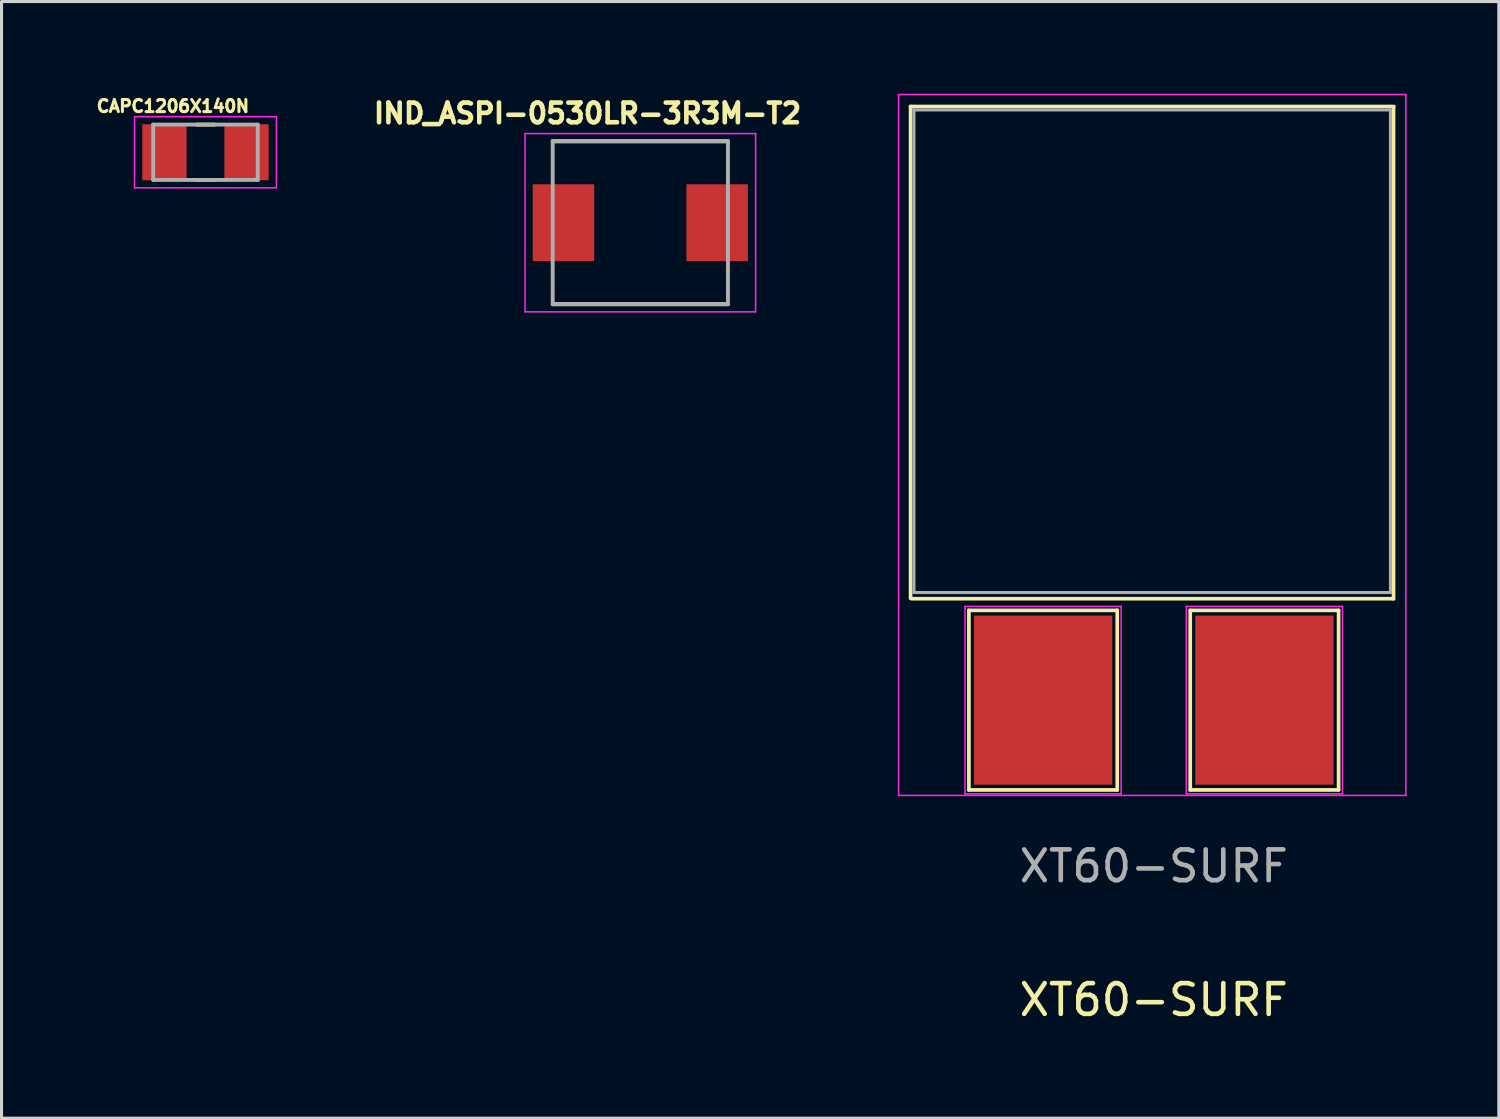
<source format=kicad_pcb>
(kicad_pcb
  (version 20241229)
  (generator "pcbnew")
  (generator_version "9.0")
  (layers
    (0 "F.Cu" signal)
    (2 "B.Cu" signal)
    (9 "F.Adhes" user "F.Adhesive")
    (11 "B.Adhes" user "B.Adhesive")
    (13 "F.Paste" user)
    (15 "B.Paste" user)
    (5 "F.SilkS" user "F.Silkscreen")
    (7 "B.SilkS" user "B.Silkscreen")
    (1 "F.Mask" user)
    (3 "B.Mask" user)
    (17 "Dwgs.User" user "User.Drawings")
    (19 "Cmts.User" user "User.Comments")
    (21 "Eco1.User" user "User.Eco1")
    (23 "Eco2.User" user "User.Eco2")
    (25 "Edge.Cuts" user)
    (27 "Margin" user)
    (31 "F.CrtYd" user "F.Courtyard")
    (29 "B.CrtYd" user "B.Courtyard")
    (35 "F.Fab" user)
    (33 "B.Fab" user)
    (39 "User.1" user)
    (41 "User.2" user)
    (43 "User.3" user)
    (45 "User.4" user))
  (footprint "CAPC1206X140N"
    (layer "F.Cu")
    (at 3.634 1.903)
    (property "Reference" "CAPC1206X140N" (at -1.06 -1.5 0) (layer "F.SilkS") (effects (font (size 0.394 0.394) (thickness 0.15))))
    (attr smd)
    (fp_line (start -0.29 -0.9) (end 0.29 -0.9) (stroke (width 0.127) (type solid)) (layer "F.SilkS"))
    (fp_line (start -0.29 0.9) (end 0.29 0.9) (stroke (width 0.127) (type solid)) (layer "F.SilkS"))
    (fp_line (start -2.308 -1.158) (end 2.308 -1.158) (stroke (width 0.05) (type solid)) (layer "F.CrtYd"))
    (fp_line (start -2.308 1.158) (end -2.308 -1.158) (stroke (width 0.05) (type solid)) (layer "F.CrtYd"))
    (fp_line (start -2.308 1.158) (end 2.308 1.158) (stroke (width 0.05) (type solid)) (layer "F.CrtYd"))
    (fp_line (start 2.308 1.158) (end 2.308 -1.158) (stroke (width 0.05) (type solid)) (layer "F.CrtYd"))
    (fp_line (start -1.7 0.9) (end -1.7 -0.9) (stroke (width 0.127) (type solid)) (layer "F.Fab"))
    (fp_line (start 1.7 -0.9) (end -1.7 -0.9) (stroke (width 0.127) (type solid)) (layer "F.Fab"))
    (fp_line (start 1.7 0.9) (end -1.7 0.9) (stroke (width 0.127) (type solid)) (layer "F.Fab"))
    (fp_line (start 1.7 0.9) (end 1.7 -0.9) (stroke (width 0.127) (type solid)) (layer "F.Fab"))
    (pad "1" smd rect (at -1.336 0) (size 1.44 1.82) (layers "F.Cu" "F.Mask" "F.Paste"))
    (pad "2" smd rect (at 1.336 0) (size 1.44 1.82) (layers "F.Cu" "F.Mask" "F.Paste")))
  (footprint "XT60-SURF"
    (layer "F.Cu")
    (at 34.48 19.725)
    (property "Reference" "XT60-SURF" (at 0 9.75 0) (layer "F.SilkS") (effects (font (size 1 1) (thickness 0.15))))
    (fp_line (start -7.91 -19.31) (end -7.91 -3.31) (stroke (width 0.12) (type solid)) (layer "F.SilkS"))
    (fp_line (start -7.91 -19.31) (end 7.81 -19.31) (stroke (width 0.12) (type solid)) (layer "F.SilkS"))
    (fp_line (start -7.87 -3.3) (end 7.8 -3.3) (stroke (width 0.12) (type solid)) (layer "F.SilkS"))
    (fp_line (start -6.013 -2.921) (end -1.187 -2.921) (stroke (width 0.12) (type solid)) (layer "F.SilkS"))
    (fp_line (start -6.013 2.921) (end -6.013 -2.921) (stroke (width 0.12) (type solid)) (layer "F.SilkS"))
    (fp_line (start -1.187 -2.921) (end -1.187 2.921) (stroke (width 0.12) (type solid)) (layer "F.SilkS"))
    (fp_line (start -1.187 2.921) (end -6.013 2.921) (stroke (width 0.12) (type solid)) (layer "F.SilkS"))
    (fp_line (start 1.187 -2.921) (end 6.013 -2.921) (stroke (width 0.12) (type solid)) (layer "F.SilkS"))
    (fp_line (start 1.187 2.921) (end 1.187 -2.921) (stroke (width 0.12) (type solid)) (layer "F.SilkS"))
    (fp_line (start 6.013 -2.921) (end 6.013 2.921) (stroke (width 0.12) (type solid)) (layer "F.SilkS"))
    (fp_line (start 6.013 2.921) (end 1.187 2.921) (stroke (width 0.12) (type solid)) (layer "F.SilkS"))
    (fp_line (start 7.8 -19.3) (end 7.8 -3.3) (stroke (width 0.12) (type solid)) (layer "F.SilkS"))
    (fp_line (start -8.3 -19.7) (end -8.3 3.1) (stroke (width 0.05) (type solid)) (layer "F.CrtYd"))
    (fp_line (start -8.3 -19.7) (end 8.2 -19.7) (stroke (width 0.05) (type solid)) (layer "F.CrtYd"))
    (fp_line (start -6.14 -3.048) (end -6.14 3.048) (stroke (width 0.05) (type solid)) (layer "F.CrtYd"))
    (fp_line (start -6.14 -3.048) (end -1.06 -3.048) (stroke (width 0.05) (type solid)) (layer "F.CrtYd"))
    (fp_line (start -1.06 3.048) (end -6.14 3.048) (stroke (width 0.05) (type solid)) (layer "F.CrtYd"))
    (fp_line (start -1.06 3.048) (end -1.06 -3.048) (stroke (width 0.05) (type solid)) (layer "F.CrtYd"))
    (fp_line (start 1.06 -3.048) (end 1.06 3.048) (stroke (width 0.05) (type solid)) (layer "F.CrtYd"))
    (fp_line (start 1.06 -3.048) (end 6.14 -3.048) (stroke (width 0.05) (type solid)) (layer "F.CrtYd"))
    (fp_line (start 6.14 3.048) (end 1.06 3.048) (stroke (width 0.05) (type solid)) (layer "F.CrtYd"))
    (fp_line (start 6.14 3.048) (end 6.14 -3.048) (stroke (width 0.05) (type solid)) (layer "F.CrtYd"))
    (fp_line (start 8.2 -19.7) (end 8.2 3.1) (stroke (width 0.05) (type solid)) (layer "F.CrtYd"))
    (fp_line (start 8.2 3.1) (end -8.3 3.1) (stroke (width 0.05) (type solid)) (layer "F.CrtYd"))
    (fp_line (start -7.8 -19.2) (end -7.8 -3.5) (stroke (width 0.1) (type solid)) (layer "F.Fab"))
    (fp_line (start -7.8 -19.2) (end 7.7 -19.2) (stroke (width 0.1) (type solid)) (layer "F.Fab"))
    (fp_line (start -7.8 -3.5) (end 7.7 -3.5) (stroke (width 0.1) (type solid)) (layer "F.Fab"))
    (fp_line (start 7.7 -19.2) (end 7.7 -3.5) (stroke (width 0.1) (type solid)) (layer "F.Fab"))
    (fp_text user "${REFERENCE}" (at 0 5.4 0) (layer "F.Fab") (effects (font (size 1 1) (thickness 0.15))))
    (pad "1" smd rect (at -3.6 0) (size 4.5 5.5) (layers "F.Cu" "F.Mask"))
    (pad "2" smd rect (at 3.6 0) (size 4.5 5.5) (layers "F.Cu" "F.Mask")))
  (footprint "IND_ASPI-0530LR-3R3M-T2"
    (layer "F.Cu")
    (at 17.779 4.194)
    (property "Reference" "IND_ASPI-0530LR-3R3M-T2" (at -1.718 -3.556 0) (layer "F.SilkS") (effects (font (size 0.64 0.64) (thickness 0.15))))
    (attr smd)
    (fp_line (start -2.85 -2.65) (end 2.85 -2.65) (stroke (width 0.127) (type solid)) (layer "F.SilkS"))
    (fp_line (start -2.85 2.65) (end 2.85 2.65) (stroke (width 0.127) (type solid)) (layer "F.SilkS"))
    (fp_line (start -3.75 -2.9) (end -3.75 2.9) (stroke (width 0.05) (type solid)) (layer "F.CrtYd"))
    (fp_line (start -3.75 2.9) (end 3.75 2.9) (stroke (width 0.05) (type solid)) (layer "F.CrtYd"))
    (fp_line (start 3.75 -2.9) (end -3.75 -2.9) (stroke (width 0.05) (type solid)) (layer "F.CrtYd"))
    (fp_line (start 3.75 2.9) (end 3.75 -2.9) (stroke (width 0.05) (type solid)) (layer "F.CrtYd"))
    (fp_line (start -2.85 -2.65) (end -2.85 2.65) (stroke (width 0.127) (type solid)) (layer "F.Fab"))
    (fp_line (start -2.85 -2.65) (end 2.85 -2.65) (stroke (width 0.127) (type solid)) (layer "F.Fab"))
    (fp_line (start -2.85 2.65) (end 2.85 2.65) (stroke (width 0.127) (type solid)) (layer "F.Fab"))
    (fp_line (start 2.85 -2.65) (end 2.85 2.65) (stroke (width 0.127) (type solid)) (layer "F.Fab"))
    (pad "1" smd rect (at -2.5 0) (size 2 2.5) (layers "F.Cu" "F.Mask" "F.Paste"))
    (pad "2" smd rect (at 2.5 0) (size 2 2.5) (layers "F.Cu" "F.Mask" "F.Paste")))
  (gr_rect
    (start -3 -3)
    (end 45.705 33.323)
    (stroke (width 0.1) (type default))
    (fill no)
    (layer "Edge.Cuts")))
</source>
